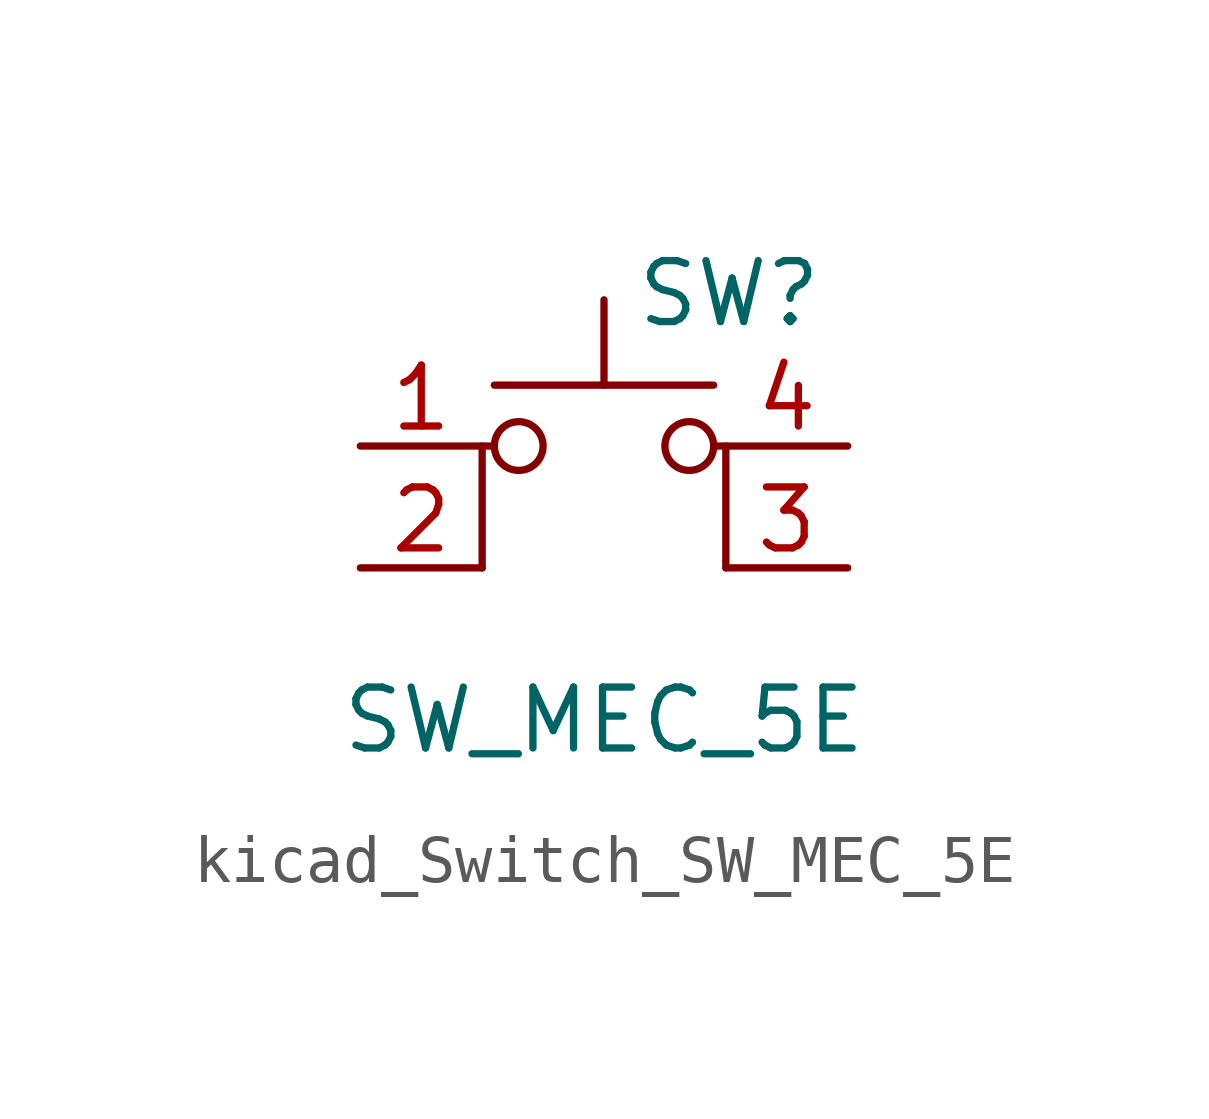
<source format=kicad_sym>
(kicad_symbol_lib
  (version 20220914)
  (generator kicad_symbol_editor)
  (symbol "kicad_Switch_SW_MEC_5E"
    (pin_names
      (offset 1.016) hide)
    (property "Reference" "SW"
      (at 0.635 5.715 0)
      (effects (font (size 1.27 1.27)) (justify left)))
    (property "Value" "SW_MEC_5E"
      (at 0 -3.175 0)
      (effects (font (size 1.27 1.27))))
    (symbol "kicad_Switch_SW_MEC_5E_0_1"
      (circle (center -1.778 2.54) (radius 0.508) (stroke (width 0) (type default)) (fill (type none)))
      (polyline (pts (xy -2.286 3.81) (xy 2.286 3.81)) (stroke (width 0) (type default)) (fill (type none)))
      (polyline (pts (xy 0 3.81) (xy 0 5.588)) (stroke (width 0) (type default)) (fill (type none)))
      (polyline (pts (xy -2.54 0) (xy -2.54 2.54) (xy -2.286 2.54)) (stroke (width 0) (type default)) (fill (type none)))
      (polyline (pts (xy 2.54 0) (xy 2.54 2.54) (xy 2.286 2.54)) (stroke (width 0) (type default)) (fill (type none)))
      (circle (center 1.778 2.54) (radius 0.508) (stroke (width 0) (type default)) (fill (type none)))
      (pin passive line (at -5.08 2.54 0) (length 2.54) (name "1" (effects (font (size 1.27 1.27)))) (number "1" (effects (font (size 1.27 1.27)))))
      (pin passive line (at -5.08 0 0) (length 2.54) (name "2" (effects (font (size 1.27 1.27)))) (number "2" (effects (font (size 1.27 1.27)))))
      (pin passive line (at 5.08 0 180) (length 2.54) (name "K" (effects (font (size 1.27 1.27)))) (number "3" (effects (font (size 1.27 1.27)))))
      (pin passive line (at 5.08 2.54 180) (length 2.54) (name "A" (effects (font (size 1.27 1.27)))) (number "4" (effects (font (size 1.27 1.27))))))))
</source>
